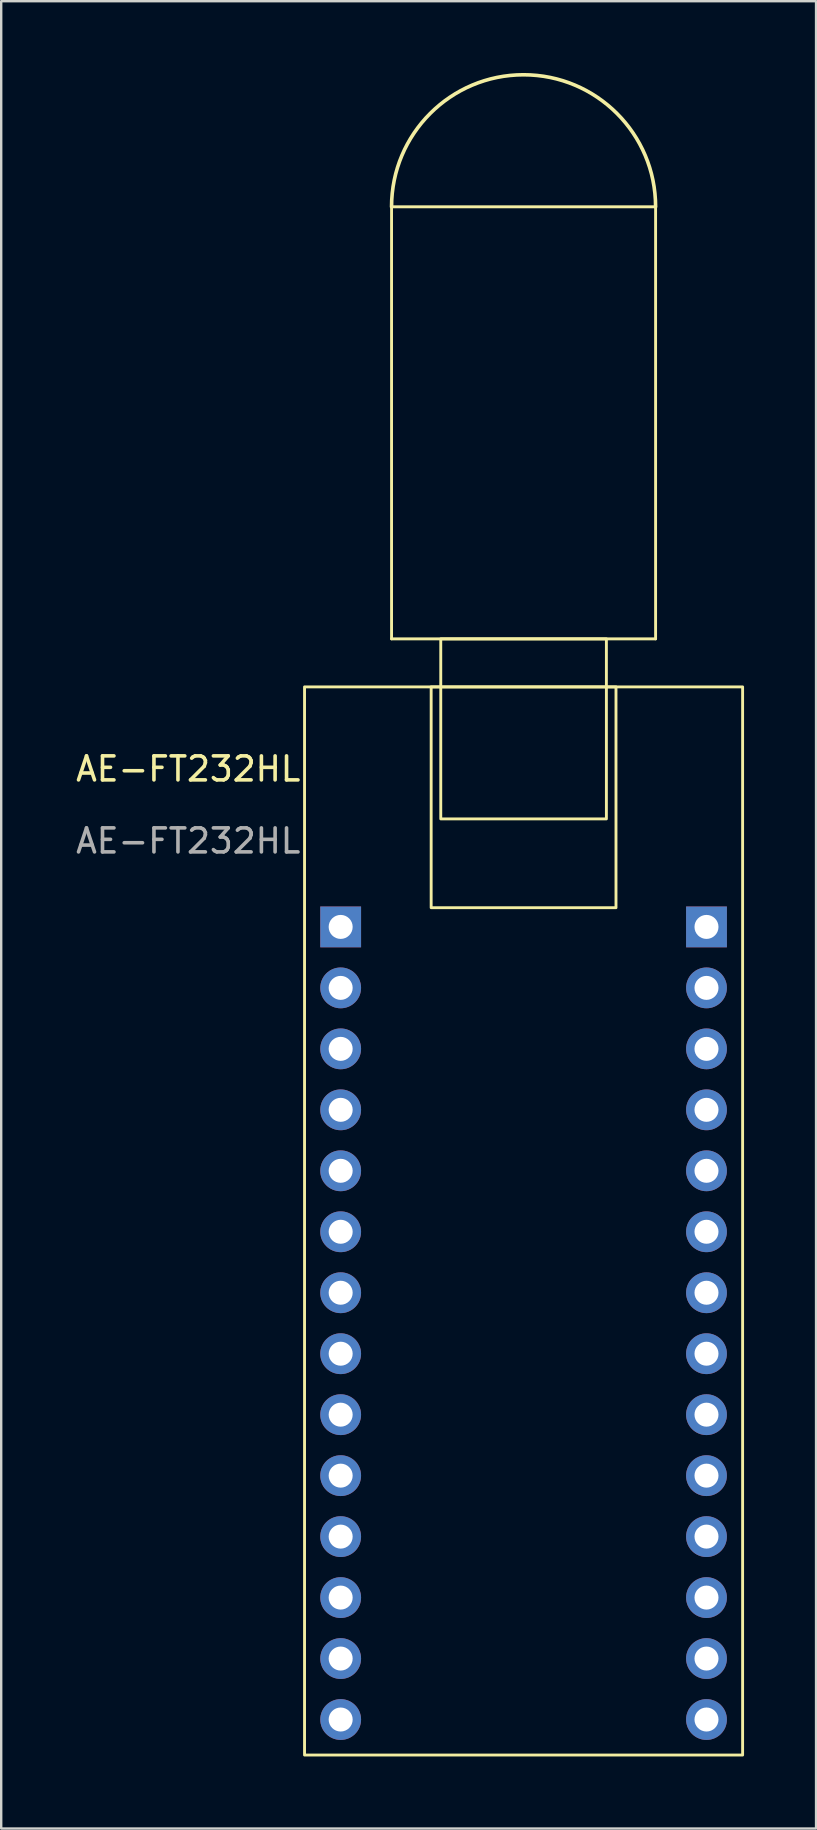
<source format=kicad_pcb>
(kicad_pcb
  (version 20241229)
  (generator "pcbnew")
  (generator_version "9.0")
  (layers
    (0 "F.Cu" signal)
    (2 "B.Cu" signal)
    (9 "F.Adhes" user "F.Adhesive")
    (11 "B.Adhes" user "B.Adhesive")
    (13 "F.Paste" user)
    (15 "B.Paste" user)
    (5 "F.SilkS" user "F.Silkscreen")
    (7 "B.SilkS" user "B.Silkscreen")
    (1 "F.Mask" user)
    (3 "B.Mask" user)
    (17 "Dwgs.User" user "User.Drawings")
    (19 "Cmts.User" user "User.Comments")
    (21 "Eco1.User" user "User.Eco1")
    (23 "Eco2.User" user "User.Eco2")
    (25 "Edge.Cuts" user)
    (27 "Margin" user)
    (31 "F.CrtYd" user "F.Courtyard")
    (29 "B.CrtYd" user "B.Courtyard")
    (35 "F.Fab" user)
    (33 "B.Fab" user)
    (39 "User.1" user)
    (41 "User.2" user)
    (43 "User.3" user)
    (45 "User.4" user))
  (footprint "AE-FT232HL"
    (layer "F.Cu")
    (at 18.762 35.565)
    (property "Reference" "AE-FT232HL" (at -13.97 -6.58 0) (unlocked yes) (layer "F.SilkS") (effects (font (size 1 1) (thickness 0.15))))
    (attr through_hole)
    (fp_line (start -5.5 -30) (end 5.5 -30) (stroke (width 0.12) (type solid)) (layer "F.SilkS"))
    (fp_line (start -5.5 -12) (end -5.5 -30) (stroke (width 0.12) (type solid)) (layer "F.SilkS"))
    (fp_line (start -5.5 -12) (end 5.5 -12) (stroke (width 0.12) (type solid)) (layer "F.SilkS"))
    (fp_line (start 5.5 -12) (end 5.5 -30) (stroke (width 0.12) (type solid)) (layer "F.SilkS"))
    (fp_rect (start -9.125 -10) (end 9.125 34.5) (stroke (width 0.12) (type solid)) (fill no) (layer "F.SilkS"))
    (fp_rect (start -3.85 -10) (end 3.85 -0.8) (stroke (width 0.12) (type solid)) (fill no) (layer "F.SilkS"))
    (fp_rect (start -3.45 -12) (end 3.45 -4.5) (stroke (width 0.12) (type solid)) (fill no) (layer "F.SilkS"))
    (fp_arc (start -5.5 -30) (mid 0 -35.490409) (end 5.5 -30) (stroke (width 0.15) (type solid)) (layer "F.SilkS"))
    (fp_text user "${REFERENCE}" (at -13.97 -3.58 0) (unlocked yes) (layer "F.Fab") (effects (font (size 1 1) (thickness 0.15))))
    (pad "J1_1" thru_hole rect (at 7.62 0) (size 1.7 1.7) (drill 1) (layers "*.Cu" "*.Mask"))
    (pad "J1_2" thru_hole circle (at 7.62 2.54) (size 1.7 1.7) (drill 1) (layers "*.Cu" "*.Mask"))
    (pad "J1_3" thru_hole circle (at 7.62 5.08) (size 1.7 1.7) (drill 1) (layers "*.Cu" "*.Mask"))
    (pad "J1_4" thru_hole circle (at 7.62 7.62) (size 1.7 1.7) (drill 1) (layers "*.Cu" "*.Mask"))
    (pad "J1_5" thru_hole circle (at 7.62 10.16) (size 1.7 1.7) (drill 1) (layers "*.Cu" "*.Mask"))
    (pad "J1_6" thru_hole circle (at 7.62 12.7) (size 1.7 1.7) (drill 1) (layers "*.Cu" "*.Mask"))
    (pad "J1_7" thru_hole circle (at 7.62 15.24) (size 1.7 1.7) (drill 1) (layers "*.Cu" "*.Mask"))
    (pad "J1_8" thru_hole circle (at 7.62 17.78) (size 1.7 1.7) (drill 1) (layers "*.Cu" "*.Mask"))
    (pad "J1_9" thru_hole circle (at 7.62 20.32) (size 1.7 1.7) (drill 1) (layers "*.Cu" "*.Mask"))
    (pad "J1_10" thru_hole circle (at 7.62 22.86) (size 1.7 1.7) (drill 1) (layers "*.Cu" "*.Mask"))
    (pad "J1_11" thru_hole circle (at 7.62 25.4) (size 1.7 1.7) (drill 1) (layers "*.Cu" "*.Mask"))
    (pad "J1_12" thru_hole circle (at 7.62 27.94) (size 1.7 1.7) (drill 1) (layers "*.Cu" "*.Mask"))
    (pad "J1_13" thru_hole circle (at 7.62 30.48) (size 1.7 1.7) (drill 1) (layers "*.Cu" "*.Mask"))
    (pad "J1_14" thru_hole circle (at 7.62 33.02) (size 1.7 1.7) (drill 1) (layers "*.Cu" "*.Mask"))
    (pad "J2_1" thru_hole rect (at -7.62 0) (size 1.7 1.7) (drill 1) (layers "*.Cu" "*.Mask"))
    (pad "J2_2" thru_hole circle (at -7.62 2.54) (size 1.7 1.7) (drill 1) (layers "*.Cu" "*.Mask"))
    (pad "J2_3" thru_hole circle (at -7.62 5.08) (size 1.7 1.7) (drill 1) (layers "*.Cu" "*.Mask"))
    (pad "J2_4" thru_hole circle (at -7.62 7.62) (size 1.7 1.7) (drill 1) (layers "*.Cu" "*.Mask"))
    (pad "J2_5" thru_hole circle (at -7.62 10.16) (size 1.7 1.7) (drill 1) (layers "*.Cu" "*.Mask"))
    (pad "J2_6" thru_hole circle (at -7.62 12.7) (size 1.7 1.7) (drill 1) (layers "*.Cu" "*.Mask"))
    (pad "J2_7" thru_hole circle (at -7.62 15.24) (size 1.7 1.7) (drill 1) (layers "*.Cu" "*.Mask"))
    (pad "J2_8" thru_hole circle (at -7.62 17.78) (size 1.7 1.7) (drill 1) (layers "*.Cu" "*.Mask"))
    (pad "J2_9" thru_hole circle (at -7.62 20.32) (size 1.7 1.7) (drill 1) (layers "*.Cu" "*.Mask"))
    (pad "J2_10" thru_hole circle (at -7.62 22.86) (size 1.7 1.7) (drill 1) (layers "*.Cu" "*.Mask"))
    (pad "J2_11" thru_hole circle (at -7.62 25.4) (size 1.7 1.7) (drill 1) (layers "*.Cu" "*.Mask"))
    (pad "J2_12" thru_hole circle (at -7.62 27.94) (size 1.7 1.7) (drill 1) (layers "*.Cu" "*.Mask"))
    (pad "J2_13" thru_hole circle (at -7.62 30.48) (size 1.7 1.7) (drill 1) (layers "*.Cu" "*.Mask"))
    (pad "J2_14" thru_hole circle (at -7.62 33.02) (size 1.7 1.7) (drill 1) (layers "*.Cu" "*.Mask")))
  (gr_rect
    (start -3 -3)
    (end 30.947 73.125)
    (stroke (width 0.1) (type default))
    (fill no)
    (layer "Edge.Cuts")))
</source>
